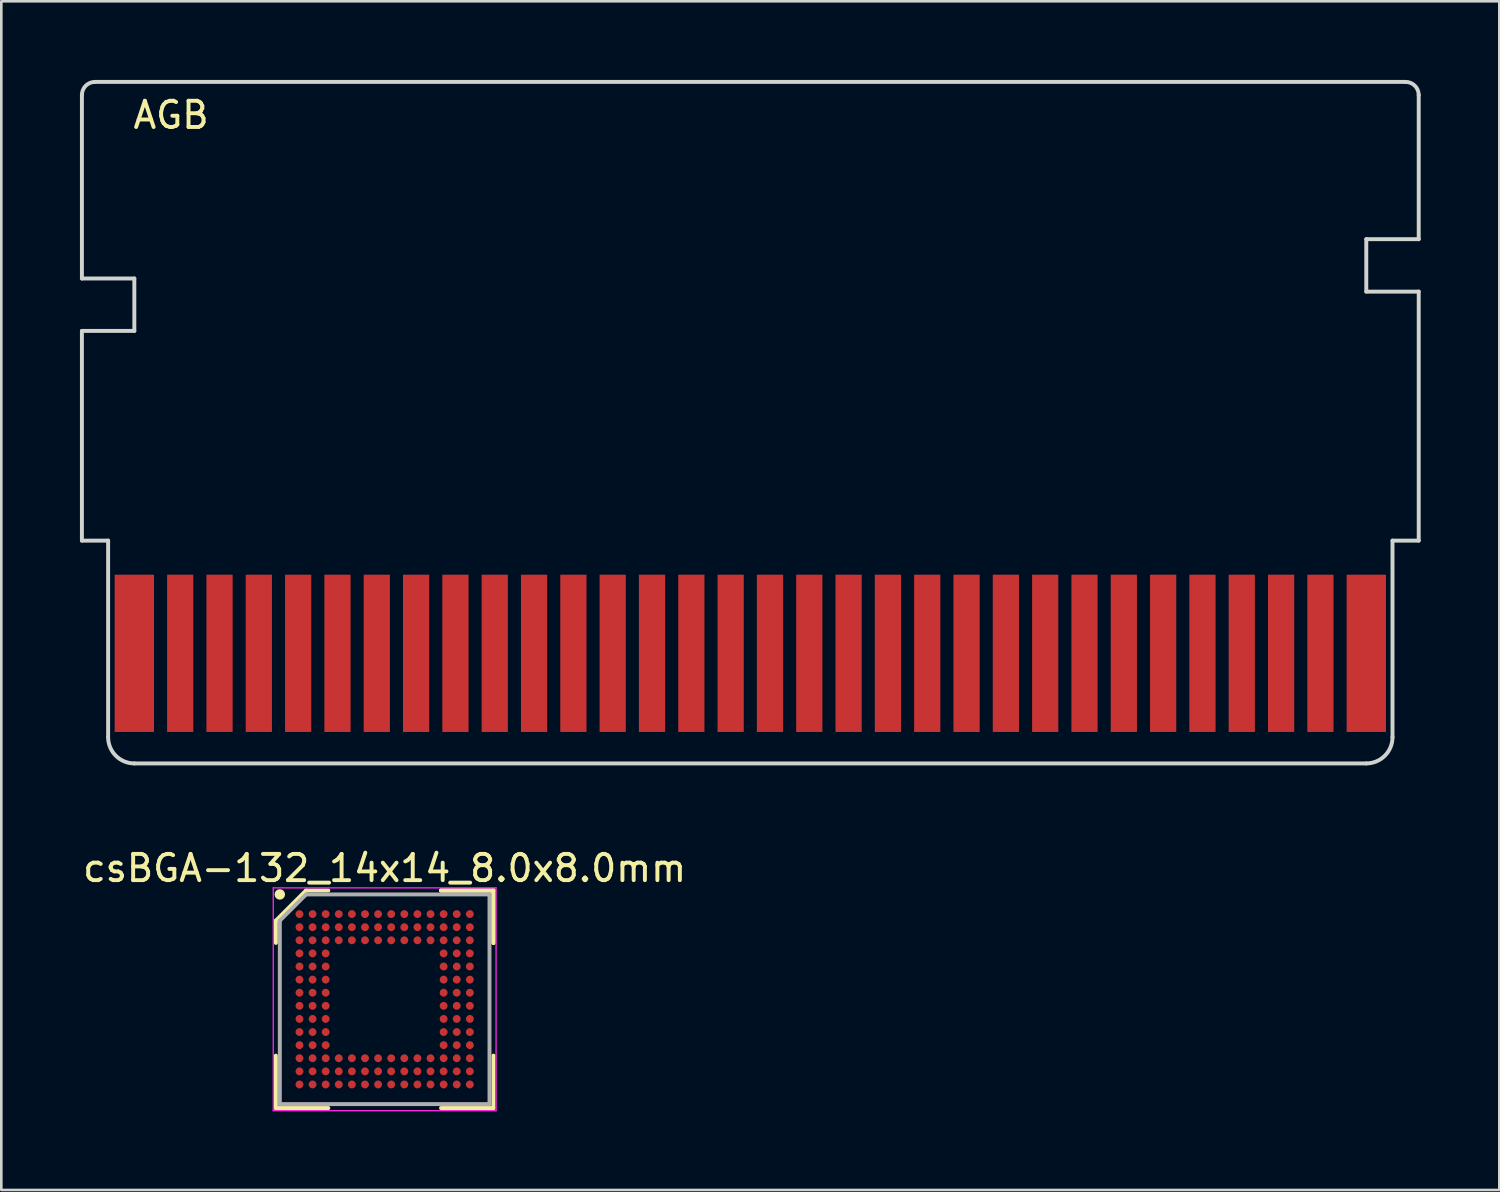
<source format=kicad_pcb>
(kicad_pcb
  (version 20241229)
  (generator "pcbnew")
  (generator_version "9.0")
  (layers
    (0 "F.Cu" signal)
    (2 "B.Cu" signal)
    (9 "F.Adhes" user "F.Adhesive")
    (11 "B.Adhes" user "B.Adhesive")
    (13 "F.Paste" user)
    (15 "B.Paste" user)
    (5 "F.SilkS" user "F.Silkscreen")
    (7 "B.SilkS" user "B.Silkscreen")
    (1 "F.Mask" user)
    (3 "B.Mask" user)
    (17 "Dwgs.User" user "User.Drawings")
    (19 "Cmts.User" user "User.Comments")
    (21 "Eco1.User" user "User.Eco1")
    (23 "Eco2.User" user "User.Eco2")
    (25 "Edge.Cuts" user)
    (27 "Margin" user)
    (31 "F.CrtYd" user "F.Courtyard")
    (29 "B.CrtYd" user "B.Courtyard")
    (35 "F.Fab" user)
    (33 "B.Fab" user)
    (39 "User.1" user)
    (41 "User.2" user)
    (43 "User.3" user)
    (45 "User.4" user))
  (footprint "AGB"
    (layer "F.Cu")
    (at 25.575 13.075)
    (property "Reference" "AGB" (at -22.098 -11.735 0) (layer "F.SilkS") (effects (font (size 1 1) (thickness 0.15))))
    (attr through_hole)
    (fp_poly (pts (xy 24.6 6.8) (xy -24.6 6.8) (xy -24.6 13.1) (xy 24.6 13.1)) (stroke (width 0.1) (type solid)) (fill yes) (layer "F.Mask"))
    (fp_line (start -25.5 -5.5) (end -25.5 -12.5) (stroke (width 0.15) (type solid)) (layer "Edge.Cuts"))
    (fp_line (start -25.5 -3.5) (end -23.5 -3.5) (stroke (width 0.15) (type solid)) (layer "Edge.Cuts"))
    (fp_line (start -25.5 4.5) (end -25.5 -3.5) (stroke (width 0.15) (type solid)) (layer "Edge.Cuts"))
    (fp_line (start -25.5 4.5) (end -24.5 4.5) (stroke (width 0.15) (type solid)) (layer "Edge.Cuts"))
    (fp_line (start -25 -13) (end 25 -13) (stroke (width 0.15) (type solid)) (layer "Edge.Cuts"))
    (fp_line (start -24.5 4.5) (end -24.5 12) (stroke (width 0.15) (type solid)) (layer "Edge.Cuts"))
    (fp_line (start -23.5 -5.5) (end -25.5 -5.5) (stroke (width 0.15) (type solid)) (layer "Edge.Cuts"))
    (fp_line (start -23.5 -5.5) (end -23.5 -3.5) (stroke (width 0.15) (type solid)) (layer "Edge.Cuts"))
    (fp_line (start -23.5 13) (end 23.5 13) (stroke (width 0.15) (type solid)) (layer "Edge.Cuts"))
    (fp_line (start 23.5 -7) (end 23.5 -5) (stroke (width 0.15) (type solid)) (layer "Edge.Cuts"))
    (fp_line (start 23.5 -7) (end 25.5 -7) (stroke (width 0.15) (type solid)) (layer "Edge.Cuts"))
    (fp_line (start 24.5 4.5) (end 24.5 12) (stroke (width 0.15) (type solid)) (layer "Edge.Cuts"))
    (fp_line (start 25.5 -7) (end 25.5 -12.5) (stroke (width 0.15) (type solid)) (layer "Edge.Cuts"))
    (fp_line (start 25.5 -5) (end 23.5 -5) (stroke (width 0.15) (type solid)) (layer "Edge.Cuts"))
    (fp_line (start 25.5 4.5) (end 24.5 4.5) (stroke (width 0.15) (type solid)) (layer "Edge.Cuts"))
    (fp_line (start 25.5 4.5) (end 25.5 -5) (stroke (width 0.15) (type solid)) (layer "Edge.Cuts"))
    (fp_arc (start -25.5 -12.5) (mid -25.353553 -12.853553) (end -25 -13) (stroke (width 0.15) (type solid)) (layer "Edge.Cuts"))
    (fp_arc (start -23.5 13) (mid -24.207107 12.707107) (end -24.5 12) (stroke (width 0.15) (type solid)) (layer "Edge.Cuts"))
    (fp_arc (start 24.5 12) (mid 24.207107 12.707107) (end 23.5 13) (stroke (width 0.15) (type solid)) (layer "Edge.Cuts"))
    (fp_arc (start 25 -13) (mid 25.353553 -12.853553) (end 25.5 -12.5) (stroke (width 0.15) (type solid)) (layer "Edge.Cuts"))
    (pad "1" smd rect (at -23.5 8.8) (size 1.5 6) (layers "F.Cu"))
    (pad "2" smd rect (at -21.75 8.8) (size 1 6) (layers "F.Cu"))
    (pad "3" smd rect (at -20.25 8.8) (size 1 6) (layers "F.Cu"))
    (pad "4" smd rect (at -18.75 8.8) (size 1 6) (layers "F.Cu"))
    (pad "5" smd rect (at -17.25 8.8) (size 1 6) (layers "F.Cu"))
    (pad "6" smd rect (at -15.75 8.8) (size 1 6) (layers "F.Cu"))
    (pad "7" smd rect (at -14.25 8.8) (size 1 6) (layers "F.Cu"))
    (pad "8" smd rect (at -12.75 8.8) (size 1 6) (layers "F.Cu"))
    (pad "9" smd rect (at -11.25 8.8) (size 1 6) (layers "F.Cu"))
    (pad "10" smd rect (at -9.75 8.8) (size 1 6) (layers "F.Cu"))
    (pad "11" smd rect (at -8.25 8.8) (size 1 6) (layers "F.Cu"))
    (pad "12" smd rect (at -6.75 8.8) (size 1 6) (layers "F.Cu"))
    (pad "13" smd rect (at -5.25 8.8) (size 1 6) (layers "F.Cu"))
    (pad "14" smd rect (at -3.75 8.8) (size 1 6) (layers "F.Cu"))
    (pad "15" smd rect (at -2.25 8.8) (size 1 6) (layers "F.Cu"))
    (pad "16" smd rect (at -0.75 8.8) (size 1 6) (layers "F.Cu"))
    (pad "17" smd rect (at 0.75 8.8) (size 1 6) (layers "F.Cu"))
    (pad "18" smd rect (at 2.25 8.8) (size 1 6) (layers "F.Cu"))
    (pad "19" smd rect (at 3.75 8.8) (size 1 6) (layers "F.Cu"))
    (pad "20" smd rect (at 5.25 8.8) (size 1 6) (layers "F.Cu"))
    (pad "21" smd rect (at 6.75 8.8) (size 1 6) (layers "F.Cu"))
    (pad "22" smd rect (at 8.25 8.8) (size 1 6) (layers "F.Cu"))
    (pad "23" smd rect (at 9.75 8.8) (size 1 6) (layers "F.Cu"))
    (pad "24" smd rect (at 11.25 8.8) (size 1 6) (layers "F.Cu"))
    (pad "25" smd rect (at 12.75 8.8) (size 1 6) (layers "F.Cu"))
    (pad "26" smd rect (at 14.25 8.8) (size 1 6) (layers "F.Cu"))
    (pad "27" smd rect (at 15.75 8.8) (size 1 6) (layers "F.Cu"))
    (pad "28" smd rect (at 17.25 8.8) (size 1 6) (layers "F.Cu"))
    (pad "29" smd rect (at 18.75 8.8) (size 1 6) (layers "F.Cu"))
    (pad "30" smd rect (at 20.25 8.8) (size 1 6) (layers "F.Cu"))
    (pad "31" smd rect (at 21.75 8.8) (size 1 6) (layers "F.Cu"))
    (pad "32" smd rect (at 23.5 8.8) (size 1.5 6) (layers "F.Cu")))
  (footprint "csBGA-132_14x14_8.0x8.0mm"
    (layer "F.Cu")
    (at 11.625 35.073)
    (property "Reference" "csBGA-132_14x14_8.0x8.0mm" (at 0 -5 0) (layer "F.SilkS") (effects (font (size 1 1) (thickness 0.15))))
    (attr smd)
    (fp_line (start -4.15 -3) (end -4.15 -2.15) (stroke (width 0.15) (type solid)) (layer "F.SilkS"))
    (fp_line (start -4.15 4.15) (end -4.15 2.15) (stroke (width 0.15) (type solid)) (layer "F.SilkS"))
    (fp_line (start -3 -4.15) (end -4.15 -3) (stroke (width 0.15) (type solid)) (layer "F.SilkS"))
    (fp_line (start -2.15 -4.15) (end -3 -4.15) (stroke (width 0.15) (type solid)) (layer "F.SilkS"))
    (fp_line (start -2.15 4.15) (end -4.15 4.15) (stroke (width 0.15) (type solid)) (layer "F.SilkS"))
    (fp_line (start 2.15 -4.15) (end 4.15 -4.15) (stroke (width 0.15) (type solid)) (layer "F.SilkS"))
    (fp_line (start 2.15 -4.15) (end 4.15 -4.15) (stroke (width 0.15) (type solid)) (layer "F.SilkS"))
    (fp_line (start 2.15 -4.15) (end 4.15 -4.15) (stroke (width 0.15) (type solid)) (layer "F.SilkS"))
    (fp_line (start 2.15 4.15) (end 4.15 4.15) (stroke (width 0.15) (type solid)) (layer "F.SilkS"))
    (fp_line (start 4.15 -4.15) (end 4.15 -2.15) (stroke (width 0.15) (type solid)) (layer "F.SilkS"))
    (fp_line (start 4.15 -4.15) (end 4.15 -2.15) (stroke (width 0.15) (type solid)) (layer "F.SilkS"))
    (fp_line (start 4.15 -4.15) (end 4.15 -2.15) (stroke (width 0.15) (type solid)) (layer "F.SilkS"))
    (fp_line (start 4.15 4.15) (end 4.15 2.15) (stroke (width 0.15) (type solid)) (layer "F.SilkS"))
    (fp_circle (center -4 -4) (end -4 -3.9) (stroke (width 0.2) (type solid)) (fill no) (layer "F.SilkS"))
    (fp_line (start -4.25 -4.25) (end 4.25 -4.25) (stroke (width 0.05) (type solid)) (layer "F.CrtYd"))
    (fp_line (start -4.25 4.25) (end -4.25 -4.25) (stroke (width 0.05) (type solid)) (layer "F.CrtYd"))
    (fp_line (start 4.25 -4.25) (end 4.25 4.25) (stroke (width 0.05) (type solid)) (layer "F.CrtYd"))
    (fp_line (start 4.25 4.25) (end -4.25 4.25) (stroke (width 0.05) (type solid)) (layer "F.CrtYd"))
    (fp_line (start -4 -3) (end -4 4) (stroke (width 0.15) (type solid)) (layer "F.Fab"))
    (fp_line (start -4 4) (end 4 4) (stroke (width 0.15) (type solid)) (layer "F.Fab"))
    (fp_line (start -3 -4) (end -4 -3) (stroke (width 0.15) (type solid)) (layer "F.Fab"))
    (fp_line (start 4 -4) (end -3 -4) (stroke (width 0.15) (type solid)) (layer "F.Fab"))
    (fp_line (start 4 4) (end 4 -4) (stroke (width 0.15) (type solid)) (layer "F.Fab"))
    (pad "A1" smd circle (at -3.25 -3.25) (size 0.3 0.3) (layers "F.Cu" "F.Mask" "F.Paste"))
    (pad "A2" smd circle (at -2.75 -3.25) (size 0.3 0.3) (layers "F.Cu" "F.Mask" "F.Paste"))
    (pad "A3" smd circle (at -2.25 -3.25) (size 0.3 0.3) (layers "F.Cu" "F.Mask" "F.Paste"))
    (pad "A4" smd circle (at -1.75 -3.25) (size 0.3 0.3) (layers "F.Cu" "F.Mask" "F.Paste"))
    (pad "A5" smd circle (at -1.25 -3.25) (size 0.3 0.3) (layers "F.Cu" "F.Mask" "F.Paste"))
    (pad "A6" smd circle (at -0.75 -3.25) (size 0.3 0.3) (layers "F.Cu" "F.Mask" "F.Paste"))
    (pad "A7" smd circle (at -0.25 -3.25) (size 0.3 0.3) (layers "F.Cu" "F.Mask" "F.Paste"))
    (pad "A8" smd circle (at 0.25 -3.25) (size 0.3 0.3) (layers "F.Cu" "F.Mask" "F.Paste"))
    (pad "A9" smd circle (at 0.75 -3.25) (size 0.3 0.3) (layers "F.Cu" "F.Mask" "F.Paste"))
    (pad "A10" smd circle (at 1.25 -3.25) (size 0.3 0.3) (layers "F.Cu" "F.Mask" "F.Paste"))
    (pad "A11" smd circle (at 1.75 -3.25) (size 0.3 0.3) (layers "F.Cu" "F.Mask" "F.Paste"))
    (pad "A12" smd circle (at 2.25 -3.25) (size 0.3 0.3) (layers "F.Cu" "F.Mask" "F.Paste"))
    (pad "A13" smd circle (at 2.75 -3.25) (size 0.3 0.3) (layers "F.Cu" "F.Mask" "F.Paste"))
    (pad "A14" smd circle (at 3.25 -3.25) (size 0.3 0.3) (layers "F.Cu" "F.Mask" "F.Paste"))
    (pad "B1" smd circle (at -3.25 -2.75) (size 0.3 0.3) (layers "F.Cu" "F.Mask" "F.Paste"))
    (pad "B2" smd circle (at -2.75 -2.75) (size 0.3 0.3) (layers "F.Cu" "F.Mask" "F.Paste"))
    (pad "B3" smd circle (at -2.25 -2.75) (size 0.3 0.3) (layers "F.Cu" "F.Mask" "F.Paste"))
    (pad "B4" smd circle (at -1.75 -2.75) (size 0.3 0.3) (layers "F.Cu" "F.Mask" "F.Paste"))
    (pad "B5" smd circle (at -1.25 -2.75) (size 0.3 0.3) (layers "F.Cu" "F.Mask" "F.Paste"))
    (pad "B6" smd circle (at -0.75 -2.75) (size 0.3 0.3) (layers "F.Cu" "F.Mask" "F.Paste"))
    (pad "B7" smd circle (at -0.25 -2.75) (size 0.3 0.3) (layers "F.Cu" "F.Mask" "F.Paste"))
    (pad "B8" smd circle (at 0.25 -2.75) (size 0.3 0.3) (layers "F.Cu" "F.Mask" "F.Paste"))
    (pad "B9" smd circle (at 0.75 -2.75) (size 0.3 0.3) (layers "F.Cu" "F.Mask" "F.Paste"))
    (pad "B10" smd circle (at 1.25 -2.75) (size 0.3 0.3) (layers "F.Cu" "F.Mask" "F.Paste"))
    (pad "B11" smd circle (at 1.75 -2.75) (size 0.3 0.3) (layers "F.Cu" "F.Mask" "F.Paste"))
    (pad "B12" smd circle (at 2.25 -2.75) (size 0.3 0.3) (layers "F.Cu" "F.Mask" "F.Paste"))
    (pad "B13" smd circle (at 2.75 -2.75) (size 0.3 0.3) (layers "F.Cu" "F.Mask" "F.Paste"))
    (pad "B14" smd circle (at 3.25 -2.75) (size 0.3 0.3) (layers "F.Cu" "F.Mask" "F.Paste"))
    (pad "C1" smd circle (at -3.25 -2.25) (size 0.3 0.3) (layers "F.Cu" "F.Mask" "F.Paste"))
    (pad "C2" smd circle (at -2.75 -2.25) (size 0.3 0.3) (layers "F.Cu" "F.Mask" "F.Paste"))
    (pad "C3" smd circle (at -2.25 -2.25) (size 0.3 0.3) (layers "F.Cu" "F.Mask" "F.Paste"))
    (pad "C4" smd circle (at -1.75 -2.25) (size 0.3 0.3) (layers "F.Cu" "F.Mask" "F.Paste"))
    (pad "C5" smd circle (at -1.25 -2.25) (size 0.3 0.3) (layers "F.Cu" "F.Mask" "F.Paste"))
    (pad "C6" smd circle (at -0.75 -2.25) (size 0.3 0.3) (layers "F.Cu" "F.Mask" "F.Paste"))
    (pad "C7" smd circle (at -0.25 -2.25) (size 0.3 0.3) (layers "F.Cu" "F.Mask" "F.Paste"))
    (pad "C8" smd circle (at 0.25 -2.25) (size 0.3 0.3) (layers "F.Cu" "F.Mask" "F.Paste"))
    (pad "C9" smd circle (at 0.75 -2.25) (size 0.3 0.3) (layers "F.Cu" "F.Mask" "F.Paste"))
    (pad "C10" smd circle (at 1.25 -2.25) (size 0.3 0.3) (layers "F.Cu" "F.Mask" "F.Paste"))
    (pad "C11" smd circle (at 1.75 -2.25) (size 0.3 0.3) (layers "F.Cu" "F.Mask" "F.Paste"))
    (pad "C12" smd circle (at 2.25 -2.25) (size 0.3 0.3) (layers "F.Cu" "F.Mask" "F.Paste"))
    (pad "C13" smd circle (at 2.75 -2.25) (size 0.3 0.3) (layers "F.Cu" "F.Mask" "F.Paste"))
    (pad "C14" smd circle (at 3.25 -2.25) (size 0.3 0.3) (layers "F.Cu" "F.Mask" "F.Paste"))
    (pad "D1" smd circle (at -3.25 -1.75) (size 0.3 0.3) (layers "F.Cu" "F.Mask" "F.Paste"))
    (pad "D2" smd circle (at -2.75 -1.75) (size 0.3 0.3) (layers "F.Cu" "F.Mask" "F.Paste"))
    (pad "D3" smd circle (at -2.25 -1.75) (size 0.3 0.3) (layers "F.Cu" "F.Mask" "F.Paste"))
    (pad "D12" smd circle (at 2.25 -1.75) (size 0.3 0.3) (layers "F.Cu" "F.Mask" "F.Paste"))
    (pad "D13" smd circle (at 2.75 -1.75) (size 0.3 0.3) (layers "F.Cu" "F.Mask" "F.Paste"))
    (pad "D14" smd circle (at 3.25 -1.75) (size 0.3 0.3) (layers "F.Cu" "F.Mask" "F.Paste"))
    (pad "E1" smd circle (at -3.25 -1.25) (size 0.3 0.3) (layers "F.Cu" "F.Mask" "F.Paste"))
    (pad "E2" smd circle (at -2.75 -1.25) (size 0.3 0.3) (layers "F.Cu" "F.Mask" "F.Paste"))
    (pad "E3" smd circle (at -2.25 -1.25) (size 0.3 0.3) (layers "F.Cu" "F.Mask" "F.Paste"))
    (pad "E12" smd circle (at 2.25 -1.25) (size 0.3 0.3) (layers "F.Cu" "F.Mask" "F.Paste"))
    (pad "E13" smd circle (at 2.75 -1.25) (size 0.3 0.3) (layers "F.Cu" "F.Mask" "F.Paste"))
    (pad "E14" smd circle (at 3.25 -1.25) (size 0.3 0.3) (layers "F.Cu" "F.Mask" "F.Paste"))
    (pad "F1" smd circle (at -3.25 -0.75) (size 0.3 0.3) (layers "F.Cu" "F.Mask" "F.Paste"))
    (pad "F2" smd circle (at -2.75 -0.75) (size 0.3 0.3) (layers "F.Cu" "F.Mask" "F.Paste"))
    (pad "F3" smd circle (at -2.25 -0.75) (size 0.3 0.3) (layers "F.Cu" "F.Mask" "F.Paste"))
    (pad "F12" smd circle (at 2.25 -0.75) (size 0.3 0.3) (layers "F.Cu" "F.Mask" "F.Paste"))
    (pad "F13" smd circle (at 2.75 -0.75) (size 0.3 0.3) (layers "F.Cu" "F.Mask" "F.Paste"))
    (pad "F14" smd circle (at 3.25 -0.75) (size 0.3 0.3) (layers "F.Cu" "F.Mask" "F.Paste"))
    (pad "G1" smd circle (at -3.25 -0.25) (size 0.3 0.3) (layers "F.Cu" "F.Mask" "F.Paste"))
    (pad "G2" smd circle (at -2.75 -0.25) (size 0.3 0.3) (layers "F.Cu" "F.Mask" "F.Paste"))
    (pad "G3" smd circle (at -2.25 -0.25) (size 0.3 0.3) (layers "F.Cu" "F.Mask" "F.Paste"))
    (pad "G12" smd circle (at 2.25 -0.25) (size 0.3 0.3) (layers "F.Cu" "F.Mask" "F.Paste"))
    (pad "G13" smd circle (at 2.75 -0.25) (size 0.3 0.3) (layers "F.Cu" "F.Mask" "F.Paste"))
    (pad "G14" smd circle (at 3.25 -0.25) (size 0.3 0.3) (layers "F.Cu" "F.Mask" "F.Paste"))
    (pad "H1" smd circle (at -3.25 0.25) (size 0.3 0.3) (layers "F.Cu" "F.Mask" "F.Paste"))
    (pad "H2" smd circle (at -2.75 0.25) (size 0.3 0.3) (layers "F.Cu" "F.Mask" "F.Paste"))
    (pad "H3" smd circle (at -2.25 0.25) (size 0.3 0.3) (layers "F.Cu" "F.Mask" "F.Paste"))
    (pad "H12" smd circle (at 2.25 0.25) (size 0.3 0.3) (layers "F.Cu" "F.Mask" "F.Paste"))
    (pad "H13" smd circle (at 2.75 0.25) (size 0.3 0.3) (layers "F.Cu" "F.Mask" "F.Paste"))
    (pad "H14" smd circle (at 3.25 0.25) (size 0.3 0.3) (layers "F.Cu" "F.Mask" "F.Paste"))
    (pad "J1" smd circle (at -3.25 0.75) (size 0.3 0.3) (layers "F.Cu" "F.Mask" "F.Paste"))
    (pad "J2" smd circle (at -2.75 0.75) (size 0.3 0.3) (layers "F.Cu" "F.Mask" "F.Paste"))
    (pad "J3" smd circle (at -2.25 0.75) (size 0.3 0.3) (layers "F.Cu" "F.Mask" "F.Paste"))
    (pad "J12" smd circle (at 2.25 0.75) (size 0.3 0.3) (layers "F.Cu" "F.Mask" "F.Paste"))
    (pad "J13" smd circle (at 2.75 0.75) (size 0.3 0.3) (layers "F.Cu" "F.Mask" "F.Paste"))
    (pad "J14" smd circle (at 3.25 0.75) (size 0.3 0.3) (layers "F.Cu" "F.Mask" "F.Paste"))
    (pad "K1" smd circle (at -3.25 1.25) (size 0.3 0.3) (layers "F.Cu" "F.Mask" "F.Paste"))
    (pad "K2" smd circle (at -2.75 1.25) (size 0.3 0.3) (layers "F.Cu" "F.Mask" "F.Paste"))
    (pad "K3" smd circle (at -2.25 1.25) (size 0.3 0.3) (layers "F.Cu" "F.Mask" "F.Paste"))
    (pad "K12" smd circle (at 2.25 1.25) (size 0.3 0.3) (layers "F.Cu" "F.Mask" "F.Paste"))
    (pad "K13" smd circle (at 2.75 1.25) (size 0.3 0.3) (layers "F.Cu" "F.Mask" "F.Paste"))
    (pad "K14" smd circle (at 3.25 1.25) (size 0.3 0.3) (layers "F.Cu" "F.Mask" "F.Paste"))
    (pad "L1" smd circle (at -3.25 1.75) (size 0.3 0.3) (layers "F.Cu" "F.Mask" "F.Paste"))
    (pad "L2" smd circle (at -2.75 1.75) (size 0.3 0.3) (layers "F.Cu" "F.Mask" "F.Paste"))
    (pad "L3" smd circle (at -2.25 1.75) (size 0.3 0.3) (layers "F.Cu" "F.Mask" "F.Paste"))
    (pad "L12" smd circle (at 2.25 1.75) (size 0.3 0.3) (layers "F.Cu" "F.Mask" "F.Paste"))
    (pad "L13" smd circle (at 2.75 1.75) (size 0.3 0.3) (layers "F.Cu" "F.Mask" "F.Paste"))
    (pad "L14" smd circle (at 3.25 1.75) (size 0.3 0.3) (layers "F.Cu" "F.Mask" "F.Paste"))
    (pad "M1" smd circle (at -3.25 2.25) (size 0.3 0.3) (layers "F.Cu" "F.Mask" "F.Paste"))
    (pad "M2" smd circle (at -2.75 2.25) (size 0.3 0.3) (layers "F.Cu" "F.Mask" "F.Paste"))
    (pad "M3" smd circle (at -2.25 2.25) (size 0.3 0.3) (layers "F.Cu" "F.Mask" "F.Paste"))
    (pad "M4" smd circle (at -1.75 2.25) (size 0.3 0.3) (layers "F.Cu" "F.Mask" "F.Paste"))
    (pad "M5" smd circle (at -1.25 2.25) (size 0.3 0.3) (layers "F.Cu" "F.Mask" "F.Paste"))
    (pad "M6" smd circle (at -0.75 2.25) (size 0.3 0.3) (layers "F.Cu" "F.Mask" "F.Paste"))
    (pad "M7" smd circle (at -0.25 2.25) (size 0.3 0.3) (layers "F.Cu" "F.Mask" "F.Paste"))
    (pad "M8" smd circle (at 0.25 2.25) (size 0.3 0.3) (layers "F.Cu" "F.Mask" "F.Paste"))
    (pad "M9" smd circle (at 0.75 2.25) (size 0.3 0.3) (layers "F.Cu" "F.Mask" "F.Paste"))
    (pad "M10" smd circle (at 1.25 2.25) (size 0.3 0.3) (layers "F.Cu" "F.Mask" "F.Paste"))
    (pad "M11" smd circle (at 1.75 2.25) (size 0.3 0.3) (layers "F.Cu" "F.Mask" "F.Paste"))
    (pad "M12" smd circle (at 2.25 2.25) (size 0.3 0.3) (layers "F.Cu" "F.Mask" "F.Paste"))
    (pad "M13" smd circle (at 2.75 2.25) (size 0.3 0.3) (layers "F.Cu" "F.Mask" "F.Paste"))
    (pad "M14" smd circle (at 3.25 2.25) (size 0.3 0.3) (layers "F.Cu" "F.Mask" "F.Paste"))
    (pad "N1" smd circle (at -3.25 2.75) (size 0.3 0.3) (layers "F.Cu" "F.Mask" "F.Paste"))
    (pad "N2" smd circle (at -2.75 2.75) (size 0.3 0.3) (layers "F.Cu" "F.Mask" "F.Paste"))
    (pad "N3" smd circle (at -2.25 2.75) (size 0.3 0.3) (layers "F.Cu" "F.Mask" "F.Paste"))
    (pad "N4" smd circle (at -1.75 2.75) (size 0.3 0.3) (layers "F.Cu" "F.Mask" "F.Paste"))
    (pad "N5" smd circle (at -1.25 2.75) (size 0.3 0.3) (layers "F.Cu" "F.Mask" "F.Paste"))
    (pad "N6" smd circle (at -0.75 2.75) (size 0.3 0.3) (layers "F.Cu" "F.Mask" "F.Paste"))
    (pad "N7" smd circle (at -0.25 2.75) (size 0.3 0.3) (layers "F.Cu" "F.Mask" "F.Paste"))
    (pad "N8" smd circle (at 0.25 2.75) (size 0.3 0.3) (layers "F.Cu" "F.Mask" "F.Paste"))
    (pad "N9" smd circle (at 0.75 2.75) (size 0.3 0.3) (layers "F.Cu" "F.Mask" "F.Paste"))
    (pad "N10" smd circle (at 1.25 2.75) (size 0.3 0.3) (layers "F.Cu" "F.Mask" "F.Paste"))
    (pad "N11" smd circle (at 1.75 2.75) (size 0.3 0.3) (layers "F.Cu" "F.Mask" "F.Paste"))
    (pad "N12" smd circle (at 2.25 2.75) (size 0.3 0.3) (layers "F.Cu" "F.Mask" "F.Paste"))
    (pad "N13" smd circle (at 2.75 2.75) (size 0.3 0.3) (layers "F.Cu" "F.Mask" "F.Paste"))
    (pad "N14" smd circle (at 3.25 2.75) (size 0.3 0.3) (layers "F.Cu" "F.Mask" "F.Paste"))
    (pad "P1" smd circle (at -3.25 3.25) (size 0.3 0.3) (layers "F.Cu" "F.Mask" "F.Paste"))
    (pad "P2" smd circle (at -2.75 3.25) (size 0.3 0.3) (layers "F.Cu" "F.Mask" "F.Paste"))
    (pad "P3" smd circle (at -2.25 3.25) (size 0.3 0.3) (layers "F.Cu" "F.Mask" "F.Paste"))
    (pad "P4" smd circle (at -1.75 3.25) (size 0.3 0.3) (layers "F.Cu" "F.Mask" "F.Paste"))
    (pad "P5" smd circle (at -1.25 3.25) (size 0.3 0.3) (layers "F.Cu" "F.Mask" "F.Paste"))
    (pad "P6" smd circle (at -0.75 3.25) (size 0.3 0.3) (layers "F.Cu" "F.Mask" "F.Paste"))
    (pad "P7" smd circle (at -0.25 3.25) (size 0.3 0.3) (layers "F.Cu" "F.Mask" "F.Paste"))
    (pad "P8" smd circle (at 0.25 3.25) (size 0.3 0.3) (layers "F.Cu" "F.Mask" "F.Paste"))
    (pad "P9" smd circle (at 0.75 3.25) (size 0.3 0.3) (layers "F.Cu" "F.Mask" "F.Paste"))
    (pad "P10" smd circle (at 1.25 3.25) (size 0.3 0.3) (layers "F.Cu" "F.Mask" "F.Paste"))
    (pad "P11" smd circle (at 1.75 3.25) (size 0.3 0.3) (layers "F.Cu" "F.Mask" "F.Paste"))
    (pad "P12" smd circle (at 2.25 3.25) (size 0.3 0.3) (layers "F.Cu" "F.Mask" "F.Paste"))
    (pad "P13" smd circle (at 2.75 3.25) (size 0.3 0.3) (layers "F.Cu" "F.Mask" "F.Paste"))
    (pad "P14" smd circle (at 3.25 3.25) (size 0.3 0.3) (layers "F.Cu" "F.Mask" "F.Paste")))
  (gr_rect
    (start -3 -3)
    (end 54.15 42.348)
    (stroke (width 0.1) (type default))
    (fill no)
    (layer "Edge.Cuts")))
</source>
